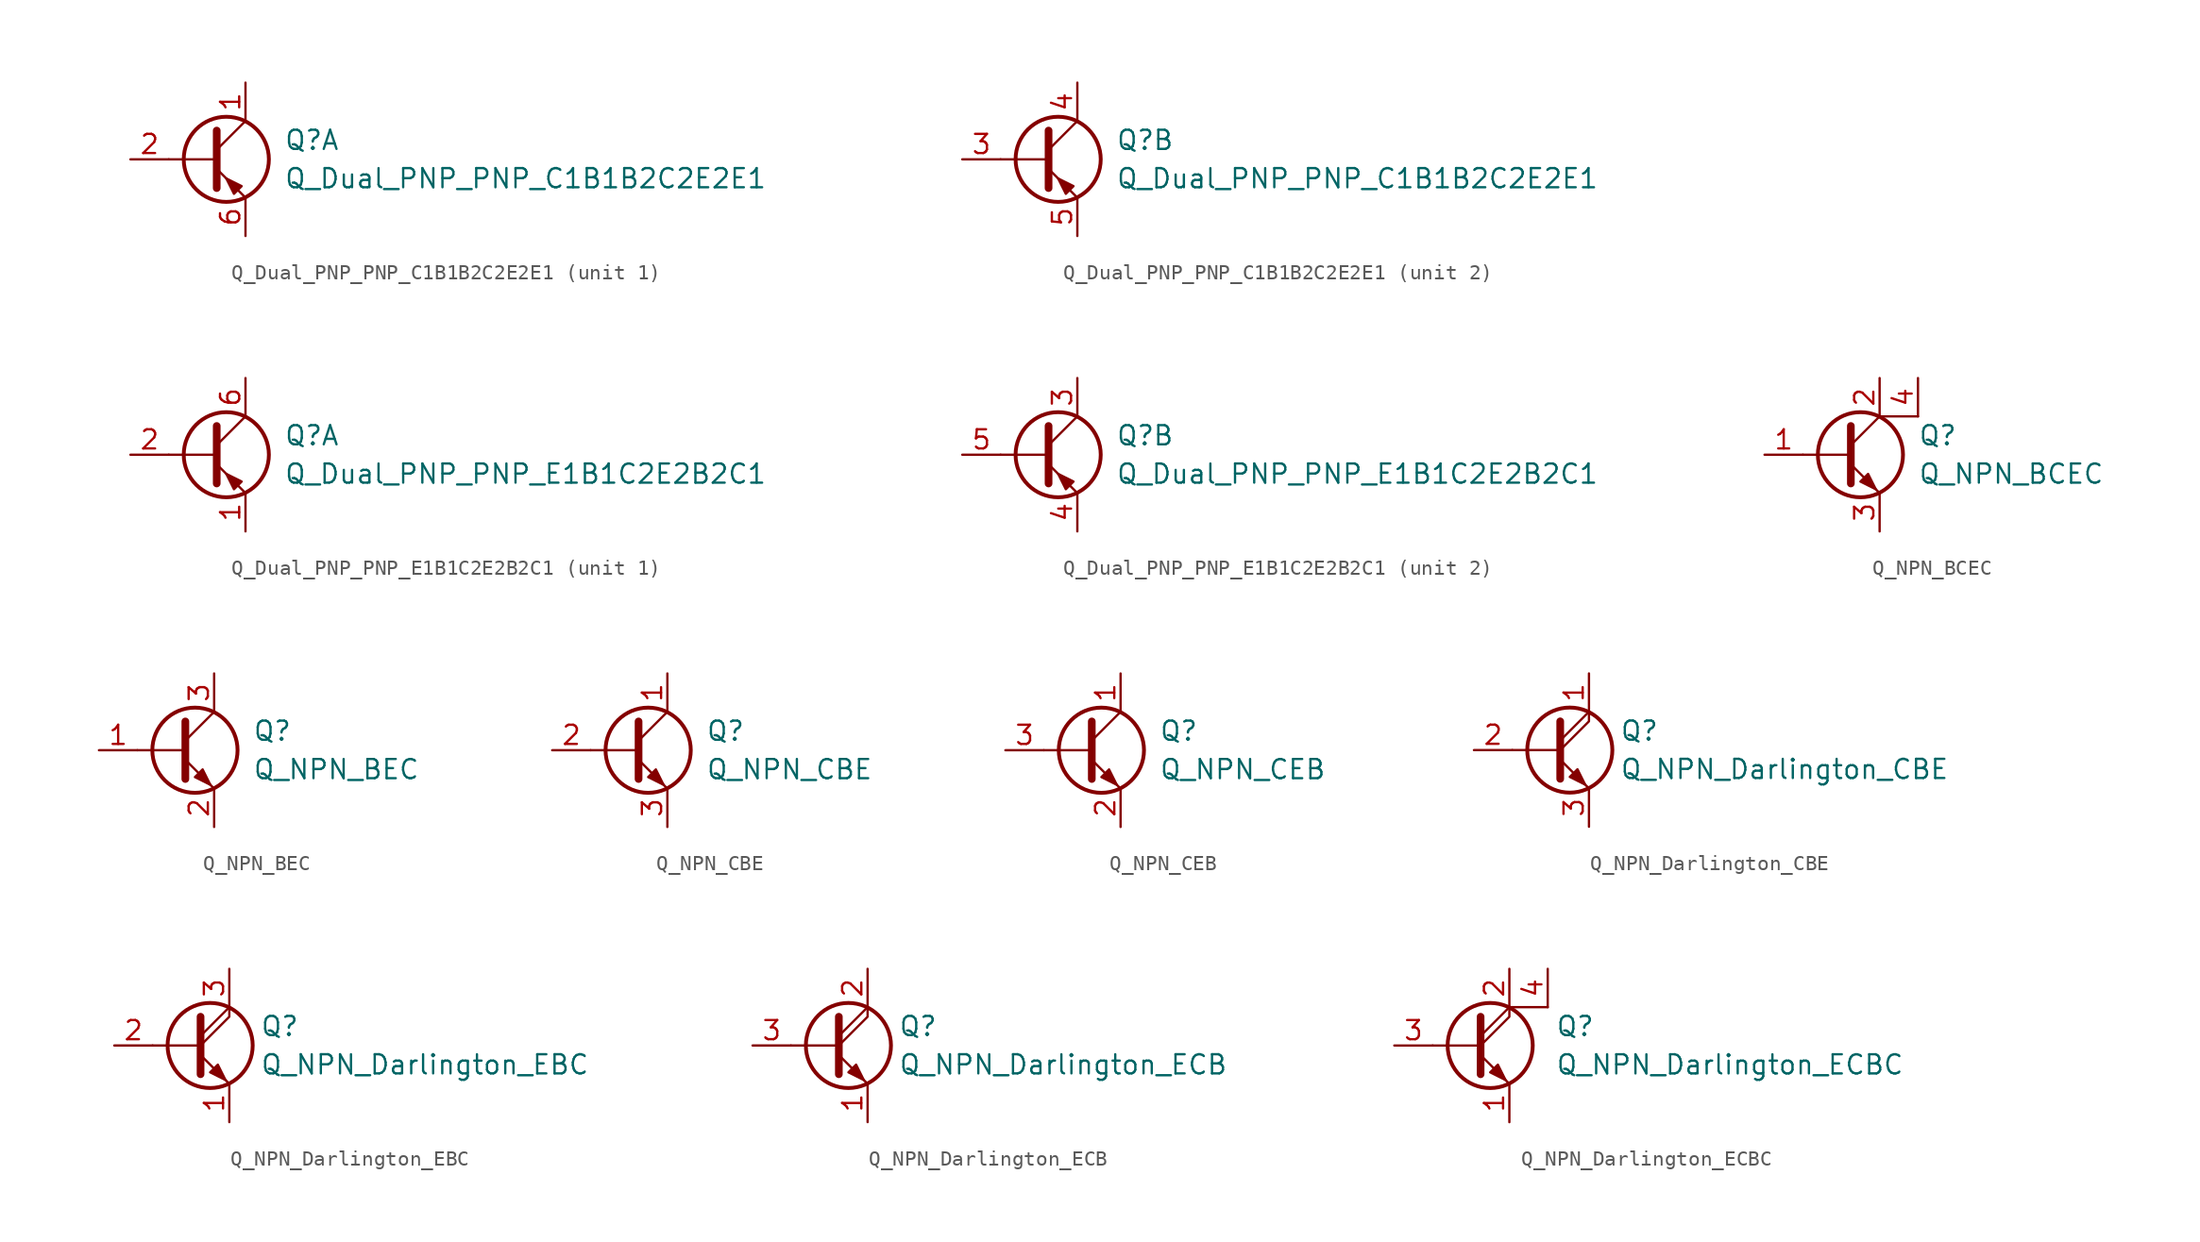
<source format=kicad_sym>
(kicad_symbol_lib
  (version 20241209)
  (generator "kicad_symbol_editor")
  (generator_version "9.0")
  (symbol "Q_Dual_PNP_PNP_C1B1B2C2E2E1"
    (pin_names
      (offset 0)
      (hide yes))
    (property "Reference" "Q"
      (at 5.08 1.27 0)
      (effects (font (size 1.27 1.27)) (justify left)))
    (property "Value" "Q_Dual_PNP_PNP_C1B1B2C2E2E1"
      (at 5.08 -1.27 0)
      (effects (font (size 1.27 1.27)) (justify left)))
    (property "ki_locked" ""
      (at 0 0 0)
      (effects (font (size 1.27 1.27))))
    (symbol "Q_Dual_PNP_PNP_C1B1B2C2E2E1_0_1"
      (polyline (pts (xy 0.635 1.905) (xy 0.635 -1.905)) (stroke (width 0.508) (type default)) (fill (type none)))
      (polyline (pts (xy 0.635 0.635) (xy 2.54 2.54)) (stroke (width 0) (type default)) (fill (type none)))
      (polyline (pts (xy 0.635 0) (xy -2.54 0)) (stroke (width 0) (type default)) (fill (type none)))
      (polyline (pts (xy 0.635 -0.635) (xy 2.54 -2.54)) (stroke (width 0) (type default)) (fill (type none)))
      (circle (center 1.27 0) (radius 2.819) (stroke (width 0.254) (type default)) (fill (type none)))
      (polyline (pts (xy 2.286 -1.778) (xy 1.778 -2.286) (xy 1.27 -1.27) (xy 2.286 -1.778)) (stroke (width 0) (type default)) (fill (type outline))))
    (symbol "Q_Dual_PNP_PNP_C1B1B2C2E2E1_1_1"
      (pin input line (at -5.08 0 0) (length 2.54) (name "B1" (effects (font (size 1.27 1.27)))) (number "2" (effects (font (size 1.27 1.27)))))
      (pin passive line (at 2.54 5.08 270) (length 2.54) (name "C1" (effects (font (size 1.27 1.27)))) (number "1" (effects (font (size 1.27 1.27)))))
      (pin passive line (at 2.54 -5.08 90) (length 2.54) (name "E1" (effects (font (size 1.27 1.27)))) (number "6" (effects (font (size 1.27 1.27))))))
    (symbol "Q_Dual_PNP_PNP_C1B1B2C2E2E1_2_1"
      (pin input line (at -5.08 0 0) (length 2.54) (name "B2" (effects (font (size 1.27 1.27)))) (number "3" (effects (font (size 1.27 1.27)))))
      (pin passive line (at 2.54 5.08 270) (length 2.54) (name "C2" (effects (font (size 1.27 1.27)))) (number "4" (effects (font (size 1.27 1.27)))))
      (pin passive line (at 2.54 -5.08 90) (length 2.54) (name "E2" (effects (font (size 1.27 1.27)))) (number "5" (effects (font (size 1.27 1.27)))))))
  (symbol "Q_Dual_PNP_PNP_E1B1C2E2B2C1"
    (pin_names
      (offset 0)
      (hide yes))
    (property "Reference" "Q"
      (at 5.08 1.27 0)
      (effects (font (size 1.27 1.27)) (justify left)))
    (property "Value" "Q_Dual_PNP_PNP_E1B1C2E2B2C1"
      (at 5.08 -1.27 0)
      (effects (font (size 1.27 1.27)) (justify left)))
    (property "ki_locked" ""
      (at 0 0 0)
      (effects (font (size 1.27 1.27))))
    (symbol "Q_Dual_PNP_PNP_E1B1C2E2B2C1_0_1"
      (polyline (pts (xy 0.635 1.905) (xy 0.635 -1.905)) (stroke (width 0.508) (type default)) (fill (type none)))
      (polyline (pts (xy 0.635 0.635) (xy 2.54 2.54)) (stroke (width 0) (type default)) (fill (type none)))
      (polyline (pts (xy 0.635 0) (xy -2.54 0)) (stroke (width 0) (type default)) (fill (type none)))
      (polyline (pts (xy 0.635 -0.635) (xy 2.54 -2.54)) (stroke (width 0) (type default)) (fill (type none)))
      (circle (center 1.27 0) (radius 2.819) (stroke (width 0.254) (type default)) (fill (type none)))
      (polyline (pts (xy 2.286 -1.778) (xy 1.778 -2.286) (xy 1.27 -1.27) (xy 2.286 -1.778)) (stroke (width 0) (type default)) (fill (type outline))))
    (symbol "Q_Dual_PNP_PNP_E1B1C2E2B2C1_1_1"
      (pin input line (at -5.08 0 0) (length 2.54) (name "B1" (effects (font (size 1.27 1.27)))) (number "2" (effects (font (size 1.27 1.27)))))
      (pin passive line (at 2.54 5.08 270) (length 2.54) (name "C1" (effects (font (size 1.27 1.27)))) (number "6" (effects (font (size 1.27 1.27)))))
      (pin passive line (at 2.54 -5.08 90) (length 2.54) (name "E1" (effects (font (size 1.27 1.27)))) (number "1" (effects (font (size 1.27 1.27))))))
    (symbol "Q_Dual_PNP_PNP_E1B1C2E2B2C1_2_1"
      (pin input line (at -5.08 0 0) (length 2.54) (name "B2" (effects (font (size 1.27 1.27)))) (number "5" (effects (font (size 1.27 1.27)))))
      (pin passive line (at 2.54 5.08 270) (length 2.54) (name "C2" (effects (font (size 1.27 1.27)))) (number "3" (effects (font (size 1.27 1.27)))))
      (pin passive line (at 2.54 -5.08 90) (length 2.54) (name "E2" (effects (font (size 1.27 1.27)))) (number "4" (effects (font (size 1.27 1.27)))))))
  (symbol "Q_NPN_BCEC"
    (pin_names
      (offset 0)
      (hide yes))
    (property "Reference" "Q"
      (at 5.08 1.27 0)
      (effects (font (size 1.27 1.27)) (justify left)))
    (property "Value" "Q_NPN_BCEC"
      (at 5.08 -1.27 0)
      (effects (font (size 1.27 1.27)) (justify left)))
    (symbol "Q_NPN_BCEC_0_1"
      (polyline (pts (xy -2.54 0) (xy 0.635 0)) (stroke (width 0) (type default)) (fill (type none)))
      (polyline (pts (xy 0.635 1.905) (xy 0.635 -1.905)) (stroke (width 0.508) (type default)) (fill (type none)))
      (circle (center 1.27 0) (radius 2.819) (stroke (width 0.254) (type default)) (fill (type none)))
      (polyline (pts (xy 2.54 2.54) (xy 5.08 2.54)) (stroke (width 0) (type default)) (fill (type none))))
    (symbol "Q_NPN_BCEC_1_1"
      (polyline (pts (xy 0.635 0.635) (xy 2.54 2.54)) (stroke (width 0) (type default)) (fill (type none)))
      (polyline (pts (xy 0.635 -0.635) (xy 2.54 -2.54)) (stroke (width 0) (type default)) (fill (type none)))
      (polyline (pts (xy 1.27 -1.778) (xy 1.778 -1.27) (xy 2.286 -2.286) (xy 1.27 -1.778)) (stroke (width 0) (type default)) (fill (type outline)))
      (pin input line (at -5.08 0 0) (length 2.54) (name "B" (effects (font (size 1.27 1.27)))) (number "1" (effects (font (size 1.27 1.27)))))
      (pin passive line (at 2.54 5.08 270) (length 2.54) (name "C" (effects (font (size 1.27 1.27)))) (number "2" (effects (font (size 1.27 1.27)))))
      (pin passive line (at 2.54 -5.08 90) (length 2.54) (name "E" (effects (font (size 1.27 1.27)))) (number "3" (effects (font (size 1.27 1.27)))))
      (pin passive line (at 5.08 5.08 270) (length 2.54) (name "C" (effects (font (size 1.27 1.27)))) (number "4" (effects (font (size 1.27 1.27)))))))
  (symbol "Q_NPN_BEC"
    (pin_names
      (offset 0)
      (hide yes))
    (property "Reference" "Q"
      (at 5.08 1.27 0)
      (effects (font (size 1.27 1.27)) (justify left)))
    (property "Value" "Q_NPN_BEC"
      (at 5.08 -1.27 0)
      (effects (font (size 1.27 1.27)) (justify left)))
    (symbol "Q_NPN_BEC_0_1"
      (polyline (pts (xy -2.54 0) (xy 0.635 0)) (stroke (width 0) (type default)) (fill (type none)))
      (polyline (pts (xy 0.635 1.905) (xy 0.635 -1.905)) (stroke (width 0.508) (type default)) (fill (type none)))
      (circle (center 1.27 0) (radius 2.819) (stroke (width 0.254) (type default)) (fill (type none))))
    (symbol "Q_NPN_BEC_1_1"
      (polyline (pts (xy 0.635 0.635) (xy 2.54 2.54)) (stroke (width 0) (type default)) (fill (type none)))
      (polyline (pts (xy 0.635 -0.635) (xy 2.54 -2.54)) (stroke (width 0) (type default)) (fill (type none)))
      (polyline (pts (xy 1.27 -1.778) (xy 1.778 -1.27) (xy 2.286 -2.286) (xy 1.27 -1.778)) (stroke (width 0) (type default)) (fill (type outline)))
      (pin input line (at -5.08 0 0) (length 2.54) (name "B" (effects (font (size 1.27 1.27)))) (number "1" (effects (font (size 1.27 1.27)))))
      (pin passive line (at 2.54 5.08 270) (length 2.54) (name "C" (effects (font (size 1.27 1.27)))) (number "3" (effects (font (size 1.27 1.27)))))
      (pin passive line (at 2.54 -5.08 90) (length 2.54) (name "E" (effects (font (size 1.27 1.27)))) (number "2" (effects (font (size 1.27 1.27)))))))
  (symbol "Q_NPN_CBE"
    (pin_names
      (offset 0)
      (hide yes))
    (property "Reference" "Q"
      (at 5.08 1.27 0)
      (effects (font (size 1.27 1.27)) (justify left)))
    (property "Value" "Q_NPN_CBE"
      (at 5.08 -1.27 0)
      (effects (font (size 1.27 1.27)) (justify left)))
    (symbol "Q_NPN_CBE_0_1"
      (polyline (pts (xy -2.54 0) (xy 0.635 0)) (stroke (width 0) (type default)) (fill (type none)))
      (polyline (pts (xy 0.635 1.905) (xy 0.635 -1.905)) (stroke (width 0.508) (type default)) (fill (type none)))
      (circle (center 1.27 0) (radius 2.819) (stroke (width 0.254) (type default)) (fill (type none))))
    (symbol "Q_NPN_CBE_1_1"
      (polyline (pts (xy 0.635 0.635) (xy 2.54 2.54)) (stroke (width 0) (type default)) (fill (type none)))
      (polyline (pts (xy 0.635 -0.635) (xy 2.54 -2.54)) (stroke (width 0) (type default)) (fill (type none)))
      (polyline (pts (xy 1.27 -1.778) (xy 1.778 -1.27) (xy 2.286 -2.286) (xy 1.27 -1.778)) (stroke (width 0) (type default)) (fill (type outline)))
      (pin input line (at -5.08 0 0) (length 2.54) (name "B" (effects (font (size 1.27 1.27)))) (number "2" (effects (font (size 1.27 1.27)))))
      (pin passive line (at 2.54 5.08 270) (length 2.54) (name "C" (effects (font (size 1.27 1.27)))) (number "1" (effects (font (size 1.27 1.27)))))
      (pin passive line (at 2.54 -5.08 90) (length 2.54) (name "E" (effects (font (size 1.27 1.27)))) (number "3" (effects (font (size 1.27 1.27)))))))
  (symbol "Q_NPN_CEB"
    (pin_names
      (offset 0)
      (hide yes))
    (property "Reference" "Q"
      (at 5.08 1.27 0)
      (effects (font (size 1.27 1.27)) (justify left)))
    (property "Value" "Q_NPN_CEB"
      (at 5.08 -1.27 0)
      (effects (font (size 1.27 1.27)) (justify left)))
    (symbol "Q_NPN_CEB_0_1"
      (polyline (pts (xy -2.54 0) (xy 0.635 0)) (stroke (width 0) (type default)) (fill (type none)))
      (polyline (pts (xy 0.635 1.905) (xy 0.635 -1.905)) (stroke (width 0.508) (type default)) (fill (type none)))
      (circle (center 1.27 0) (radius 2.819) (stroke (width 0.254) (type default)) (fill (type none))))
    (symbol "Q_NPN_CEB_1_1"
      (polyline (pts (xy 0.635 0.635) (xy 2.54 2.54)) (stroke (width 0) (type default)) (fill (type none)))
      (polyline (pts (xy 0.635 -0.635) (xy 2.54 -2.54)) (stroke (width 0) (type default)) (fill (type none)))
      (polyline (pts (xy 1.27 -1.778) (xy 1.778 -1.27) (xy 2.286 -2.286) (xy 1.27 -1.778)) (stroke (width 0) (type default)) (fill (type outline)))
      (pin input line (at -5.08 0 0) (length 2.54) (name "B" (effects (font (size 1.27 1.27)))) (number "3" (effects (font (size 1.27 1.27)))))
      (pin passive line (at 2.54 5.08 270) (length 2.54) (name "C" (effects (font (size 1.27 1.27)))) (number "1" (effects (font (size 1.27 1.27)))))
      (pin passive line (at 2.54 -5.08 90) (length 2.54) (name "E" (effects (font (size 1.27 1.27)))) (number "2" (effects (font (size 1.27 1.27)))))))
  (symbol "Q_NPN_Darlington_CBE"
    (pin_names
      (offset 0)
      (hide yes))
    (property "Reference" "Q"
      (at 4.572 1.27 0)
      (effects (font (size 1.27 1.27)) (justify left)))
    (property "Value" "Q_NPN_Darlington_CBE"
      (at 4.572 -1.27 0)
      (effects (font (size 1.27 1.27)) (justify left)))
    (symbol "Q_NPN_Darlington_CBE_0_1"
      (polyline (pts (xy -2.54 0) (xy 0.635 0)) (stroke (width 0) (type default)) (fill (type none)))
      (polyline (pts (xy 0.635 1.905) (xy 0.635 -1.905)) (stroke (width 0.508) (type default)) (fill (type none)))
      (polyline (pts (xy 0.635 0) (xy 2.54 1.905) (xy 2.54 2.54)) (stroke (width 0) (type default)) (fill (type none)))
      (circle (center 1.27 0) (radius 2.819) (stroke (width 0.254) (type default)) (fill (type none))))
    (symbol "Q_NPN_Darlington_CBE_1_1"
      (polyline (pts (xy 0.635 0.635) (xy 2.54 2.54)) (stroke (width 0) (type default)) (fill (type none)))
      (polyline (pts (xy 0.635 -0.635) (xy 2.54 -2.54)) (stroke (width 0) (type default)) (fill (type none)))
      (polyline (pts (xy 1.27 -1.778) (xy 1.778 -1.27) (xy 2.286 -2.286) (xy 1.27 -1.778)) (stroke (width 0) (type default)) (fill (type outline)))
      (pin input line (at -5.08 0 0) (length 2.54) (name "B" (effects (font (size 1.27 1.27)))) (number "2" (effects (font (size 1.27 1.27)))))
      (pin passive line (at 2.54 5.08 270) (length 2.54) (name "C" (effects (font (size 1.27 1.27)))) (number "1" (effects (font (size 1.27 1.27)))))
      (pin passive line (at 2.54 -5.08 90) (length 2.54) (name "E" (effects (font (size 1.27 1.27)))) (number "3" (effects (font (size 1.27 1.27)))))))
  (symbol "Q_NPN_Darlington_EBC"
    (pin_names
      (offset 0)
      (hide yes))
    (property "Reference" "Q"
      (at 4.572 1.27 0)
      (effects (font (size 1.27 1.27)) (justify left)))
    (property "Value" "Q_NPN_Darlington_EBC"
      (at 4.572 -1.27 0)
      (effects (font (size 1.27 1.27)) (justify left)))
    (symbol "Q_NPN_Darlington_EBC_0_1"
      (polyline (pts (xy -2.54 0) (xy 0.635 0)) (stroke (width 0) (type default)) (fill (type none)))
      (polyline (pts (xy 0.635 1.905) (xy 0.635 -1.905)) (stroke (width 0.508) (type default)) (fill (type none)))
      (polyline (pts (xy 0.635 0) (xy 2.54 1.905) (xy 2.54 2.54)) (stroke (width 0) (type default)) (fill (type none)))
      (circle (center 1.27 0) (radius 2.819) (stroke (width 0.254) (type default)) (fill (type none))))
    (symbol "Q_NPN_Darlington_EBC_1_1"
      (polyline (pts (xy 0.635 0.635) (xy 2.54 2.54)) (stroke (width 0) (type default)) (fill (type none)))
      (polyline (pts (xy 0.635 -0.635) (xy 2.54 -2.54)) (stroke (width 0) (type default)) (fill (type none)))
      (polyline (pts (xy 1.27 -1.778) (xy 1.778 -1.27) (xy 2.286 -2.286) (xy 1.27 -1.778)) (stroke (width 0) (type default)) (fill (type outline)))
      (pin input line (at -5.08 0 0) (length 2.54) (name "B" (effects (font (size 1.27 1.27)))) (number "2" (effects (font (size 1.27 1.27)))))
      (pin passive line (at 2.54 5.08 270) (length 2.54) (name "C" (effects (font (size 1.27 1.27)))) (number "3" (effects (font (size 1.27 1.27)))))
      (pin passive line (at 2.54 -5.08 90) (length 2.54) (name "E" (effects (font (size 1.27 1.27)))) (number "1" (effects (font (size 1.27 1.27)))))))
  (symbol "Q_NPN_Darlington_ECB"
    (pin_names
      (offset 0)
      (hide yes))
    (property "Reference" "Q"
      (at 4.572 1.27 0)
      (effects (font (size 1.27 1.27)) (justify left)))
    (property "Value" "Q_NPN_Darlington_ECB"
      (at 4.572 -1.27 0)
      (effects (font (size 1.27 1.27)) (justify left)))
    (symbol "Q_NPN_Darlington_ECB_0_1"
      (polyline (pts (xy -2.54 0) (xy 0.635 0)) (stroke (width 0) (type default)) (fill (type none)))
      (polyline (pts (xy 0.635 1.905) (xy 0.635 -1.905)) (stroke (width 0.508) (type default)) (fill (type none)))
      (polyline (pts (xy 0.635 0) (xy 2.54 1.905) (xy 2.54 2.54)) (stroke (width 0) (type default)) (fill (type none)))
      (circle (center 1.27 0) (radius 2.819) (stroke (width 0.254) (type default)) (fill (type none))))
    (symbol "Q_NPN_Darlington_ECB_1_1"
      (polyline (pts (xy 0.635 0.635) (xy 2.54 2.54)) (stroke (width 0) (type default)) (fill (type none)))
      (polyline (pts (xy 0.635 -0.635) (xy 2.54 -2.54)) (stroke (width 0) (type default)) (fill (type none)))
      (polyline (pts (xy 1.27 -1.778) (xy 1.778 -1.27) (xy 2.286 -2.286) (xy 1.27 -1.778)) (stroke (width 0) (type default)) (fill (type outline)))
      (pin input line (at -5.08 0 0) (length 2.54) (name "B" (effects (font (size 1.27 1.27)))) (number "3" (effects (font (size 1.27 1.27)))))
      (pin passive line (at 2.54 5.08 270) (length 2.54) (name "C" (effects (font (size 1.27 1.27)))) (number "2" (effects (font (size 1.27 1.27)))))
      (pin passive line (at 2.54 -5.08 90) (length 2.54) (name "E" (effects (font (size 1.27 1.27)))) (number "1" (effects (font (size 1.27 1.27)))))))
  (symbol "Q_NPN_Darlington_ECBC"
    (pin_names
      (offset 0)
      (hide yes))
    (property "Reference" "Q"
      (at 5.588 1.27 0)
      (effects (font (size 1.27 1.27)) (justify left)))
    (property "Value" "Q_NPN_Darlington_ECBC"
      (at 5.588 -1.27 0)
      (effects (font (size 1.27 1.27)) (justify left)))
    (symbol "Q_NPN_Darlington_ECBC_0_1"
      (polyline (pts (xy -2.54 0) (xy 0.635 0)) (stroke (width 0) (type default)) (fill (type none)))
      (polyline (pts (xy 0.635 1.905) (xy 0.635 -1.905)) (stroke (width 0.508) (type default)) (fill (type none)))
      (polyline (pts (xy 0.635 0) (xy 2.54 1.905) (xy 2.54 2.54)) (stroke (width 0) (type default)) (fill (type none)))
      (circle (center 1.27 0) (radius 2.819) (stroke (width 0.254) (type default)) (fill (type none)))
      (polyline (pts (xy 5.08 2.54) (xy 2.54 2.54)) (stroke (width 0) (type default)) (fill (type none))))
    (symbol "Q_NPN_Darlington_ECBC_1_1"
      (polyline (pts (xy 0.635 0.635) (xy 2.54 2.54)) (stroke (width 0) (type default)) (fill (type none)))
      (polyline (pts (xy 0.635 -0.635) (xy 2.54 -2.54)) (stroke (width 0) (type default)) (fill (type none)))
      (polyline (pts (xy 1.27 -1.778) (xy 1.778 -1.27) (xy 2.286 -2.286) (xy 1.27 -1.778)) (stroke (width 0) (type default)) (fill (type outline)))
      (pin input line (at -5.08 0 0) (length 2.54) (name "B" (effects (font (size 1.27 1.27)))) (number "3" (effects (font (size 1.27 1.27)))))
      (pin passive line (at 2.54 5.08 270) (length 2.54) (name "C" (effects (font (size 1.27 1.27)))) (number "2" (effects (font (size 1.27 1.27)))))
      (pin passive line (at 2.54 -5.08 90) (length 2.54) (name "E" (effects (font (size 1.27 1.27)))) (number "1" (effects (font (size 1.27 1.27)))))
      (pin input line (at 5.08 5.08 270) (length 2.54) (name "C2" (effects (font (size 1.27 1.27)))) (number "4" (effects (font (size 1.27 1.27))))))))
</source>
